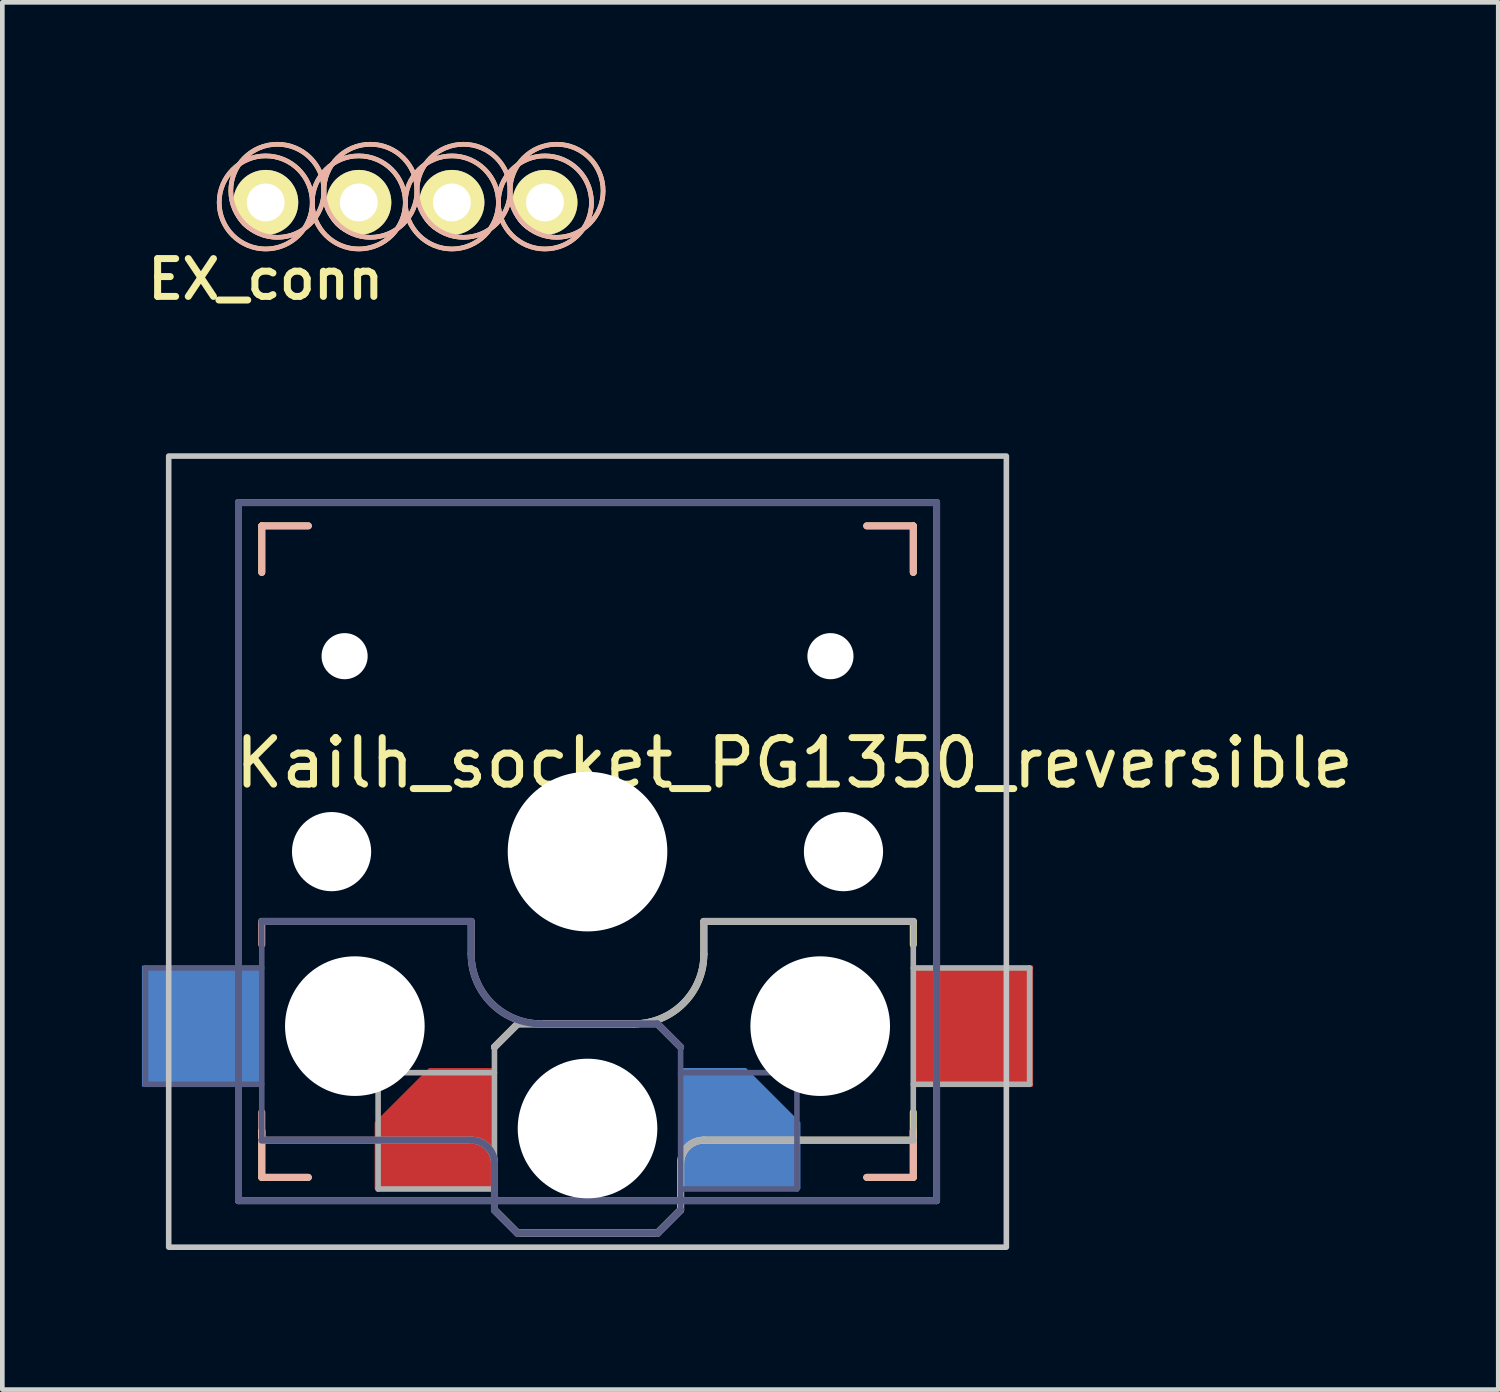
<source format=kicad_pcb>
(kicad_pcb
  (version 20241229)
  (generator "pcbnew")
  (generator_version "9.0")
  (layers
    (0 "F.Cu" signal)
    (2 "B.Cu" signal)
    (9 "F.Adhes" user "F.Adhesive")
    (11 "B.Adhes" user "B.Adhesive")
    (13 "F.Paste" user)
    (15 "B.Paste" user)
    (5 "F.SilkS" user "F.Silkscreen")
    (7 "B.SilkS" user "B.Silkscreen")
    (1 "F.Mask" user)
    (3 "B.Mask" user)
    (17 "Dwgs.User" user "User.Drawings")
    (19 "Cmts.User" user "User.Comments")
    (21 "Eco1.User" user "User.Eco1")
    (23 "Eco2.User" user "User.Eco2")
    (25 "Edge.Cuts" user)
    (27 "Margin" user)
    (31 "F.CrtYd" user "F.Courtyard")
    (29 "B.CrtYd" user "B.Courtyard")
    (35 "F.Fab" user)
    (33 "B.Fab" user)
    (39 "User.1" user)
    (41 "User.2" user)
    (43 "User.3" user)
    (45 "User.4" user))
  (footprint "EX_conn"
    (layer "F.Cu")
    (at 2.66 1.3)
    (property "Reference" "EX_conn" (at 0 1.651 0) (layer "F.SilkS") (effects (font (size 0.813 0.813) (thickness 0.15))))
    (attr through_hole)
    (fp_circle (center 0 0) (end 1 0) (stroke (width 0.1) (type solid)) (fill no) (layer "F.SilkS"))
    (fp_circle (center 0.25 -0.25) (end 1.25 -0.25) (stroke (width 0.1) (type solid)) (fill no) (layer "F.SilkS"))
    (fp_circle (center 2 0) (end 3 0) (stroke (width 0.1) (type solid)) (fill no) (layer "F.SilkS"))
    (fp_circle (center 2.25 -0.25) (end 3.25 -0.25) (stroke (width 0.1) (type solid)) (fill no) (layer "F.SilkS"))
    (fp_circle (center 4 0) (end 5 0) (stroke (width 0.1) (type solid)) (fill no) (layer "F.SilkS"))
    (fp_circle (center 4.25 -0.25) (end 5.25 -0.25) (stroke (width 0.1) (type solid)) (fill no) (layer "F.SilkS"))
    (fp_circle (center 6 0) (end 7 0) (stroke (width 0.1) (type solid)) (fill no) (layer "F.SilkS"))
    (fp_circle (center 6.25 -0.25) (end 7.25 -0.25) (stroke (width 0.1) (type solid)) (fill no) (layer "F.SilkS"))
    (fp_circle (center 0 0) (end 1 0) (stroke (width 0.1) (type solid)) (fill no) (layer "B.SilkS"))
    (fp_circle (center 0.25 -0.25) (end 1.25 -0.25) (stroke (width 0.1) (type solid)) (fill no) (layer "B.SilkS"))
    (fp_circle (center 2 0) (end 3 0) (stroke (width 0.1) (type solid)) (fill no) (layer "B.SilkS"))
    (fp_circle (center 2.25 -0.25) (end 3.25 -0.25) (stroke (width 0.1) (type solid)) (fill no) (layer "B.SilkS"))
    (fp_circle (center 4 0) (end 5 0) (stroke (width 0.1) (type solid)) (fill no) (layer "B.SilkS"))
    (fp_circle (center 4.25 -0.25) (end 5.25 -0.25) (stroke (width 0.1) (type solid)) (fill no) (layer "B.SilkS"))
    (fp_circle (center 6 0) (end 7 0) (stroke (width 0.1) (type solid)) (fill no) (layer "B.SilkS"))
    (fp_circle (center 6.25 -0.25) (end 7.25 -0.25) (stroke (width 0.1) (type solid)) (fill no) (layer "B.SilkS"))
    (pad "1" thru_hole circle (at 0 0) (size 1.397 1.397) (drill 0.813) (layers "*.Cu" "*.Mask" "F.SilkS"))
    (pad "2" thru_hole circle (at 2 0) (size 1.397 1.397) (drill 0.813) (layers "*.Cu" "*.Mask" "F.SilkS"))
    (pad "3" thru_hole circle (at 4 0) (size 1.397 1.397) (drill 0.813) (layers "*.Cu" "*.Mask" "F.SilkS"))
    (pad "4" thru_hole circle (at 6 0) (size 1.397 1.397) (drill 0.813) (layers "*.Cu" "*.Mask" "F.SilkS")))
  (footprint "Kailh_socket_PG1350_reversible"
    (layer "F.Cu")
    (at 9.575 15.25)
    (property "Reference" "Kailh_socket_PG1350_reversible" (at 4.445 -1.905 0) (layer "F.SilkS") (effects (font (size 1 1) (thickness 0.15))))
    (attr smd)
    (fp_line (start -7 -7) (end -6 -7) (stroke (width 0.15) (type solid)) (layer "F.SilkS"))
    (fp_line (start -7 -6) (end -7 -7) (stroke (width 0.15) (type solid)) (layer "F.SilkS"))
    (fp_line (start -7 7) (end -7 6) (stroke (width 0.15) (type solid)) (layer "F.SilkS"))
    (fp_line (start -6 7) (end -7 7) (stroke (width 0.15) (type solid)) (layer "F.SilkS"))
    (fp_line (start -2 4.2) (end -1.5 3.7) (stroke (width 0.15) (type solid)) (layer "F.SilkS"))
    (fp_line (start -2 7.7) (end -1.5 8.2) (stroke (width 0.15) (type solid)) (layer "F.SilkS"))
    (fp_line (start -1.5 3.7) (end 1 3.7) (stroke (width 0.15) (type solid)) (layer "F.SilkS"))
    (fp_line (start -1.5 8.2) (end 1.5 8.2) (stroke (width 0.15) (type solid)) (layer "F.SilkS"))
    (fp_line (start 1.5 8.2) (end 2 7.7) (stroke (width 0.15) (type solid)) (layer "F.SilkS"))
    (fp_line (start 2 6.7) (end 2 7.7) (stroke (width 0.15) (type solid)) (layer "F.SilkS"))
    (fp_line (start 2.5 1.5) (end 7 1.5) (stroke (width 0.15) (type solid)) (layer "F.SilkS"))
    (fp_line (start 2.5 2.2) (end 2.5 1.5) (stroke (width 0.15) (type solid)) (layer "F.SilkS"))
    (fp_line (start 6 -7) (end 7 -7) (stroke (width 0.15) (type solid)) (layer "F.SilkS"))
    (fp_line (start 7 -7) (end 7 -6) (stroke (width 0.15) (type solid)) (layer "F.SilkS"))
    (fp_line (start 7 1.5) (end 7 2) (stroke (width 0.15) (type solid)) (layer "F.SilkS"))
    (fp_line (start 7 5.6) (end 7 6.2) (stroke (width 0.15) (type solid)) (layer "F.SilkS"))
    (fp_line (start 7 6) (end 7 7) (stroke (width 0.15) (type solid)) (layer "F.SilkS"))
    (fp_line (start 7 6.2) (end 2.5 6.2) (stroke (width 0.15) (type solid)) (layer "F.SilkS"))
    (fp_line (start 7 7) (end 6 7) (stroke (width 0.15) (type solid)) (layer "F.SilkS"))
    (fp_arc (start 2 6.7) (mid 2.146447 6.346447) (end 2.5 6.2) (stroke (width 0.15) (type solid)) (layer "F.SilkS"))
    (fp_arc (start 2.5 2.2) (mid 2.06066 3.26066) (end 1 3.7) (stroke (width 0.15) (type solid)) (layer "F.SilkS"))
    (fp_line (start -7 -7) (end -6 -7) (stroke (width 0.15) (type solid)) (layer "B.SilkS"))
    (fp_line (start -7 -6) (end -7 -7) (stroke (width 0.15) (type solid)) (layer "B.SilkS"))
    (fp_line (start -7 1.5) (end -7 2) (stroke (width 0.15) (type solid)) (layer "B.SilkS"))
    (fp_line (start -7 5.6) (end -7 6.2) (stroke (width 0.15) (type solid)) (layer "B.SilkS"))
    (fp_line (start -7 6.2) (end -2.5 6.2) (stroke (width 0.15) (type solid)) (layer "B.SilkS"))
    (fp_line (start -7 7) (end -7 6) (stroke (width 0.15) (type solid)) (layer "B.SilkS"))
    (fp_line (start -6 7) (end -7 7) (stroke (width 0.15) (type solid)) (layer "B.SilkS"))
    (fp_line (start -2.5 1.5) (end -7 1.5) (stroke (width 0.15) (type solid)) (layer "B.SilkS"))
    (fp_line (start -2.5 2.2) (end -2.5 1.5) (stroke (width 0.15) (type solid)) (layer "B.SilkS"))
    (fp_line (start -2 6.7) (end -2 7.7) (stroke (width 0.15) (type solid)) (layer "B.SilkS"))
    (fp_line (start -1.5 8.2) (end -2 7.7) (stroke (width 0.15) (type solid)) (layer "B.SilkS"))
    (fp_line (start 1.5 3.7) (end -1 3.7) (stroke (width 0.15) (type solid)) (layer "B.SilkS"))
    (fp_line (start 1.5 8.2) (end -1.5 8.2) (stroke (width 0.15) (type solid)) (layer "B.SilkS"))
    (fp_line (start 2 4.2) (end 1.5 3.7) (stroke (width 0.15) (type solid)) (layer "B.SilkS"))
    (fp_line (start 2 7.7) (end 1.5 8.2) (stroke (width 0.15) (type solid)) (layer "B.SilkS"))
    (fp_line (start 6 -7) (end 7 -7) (stroke (width 0.15) (type solid)) (layer "B.SilkS"))
    (fp_line (start 7 -7) (end 7 -6) (stroke (width 0.15) (type solid)) (layer "B.SilkS"))
    (fp_line (start 7 6) (end 7 7) (stroke (width 0.15) (type solid)) (layer "B.SilkS"))
    (fp_line (start 7 7) (end 6 7) (stroke (width 0.15) (type solid)) (layer "B.SilkS"))
    (fp_arc (start -2.5 6.2) (mid -2.146447 6.346447) (end -2 6.7) (stroke (width 0.15) (type solid)) (layer "B.SilkS"))
    (fp_arc (start -1 3.7) (mid -2.06066 3.26066) (end -2.5 2.2) (stroke (width 0.15) (type solid)) (layer "B.SilkS"))
    (fp_rect (start -9 -8.5) (end 9 8.5) (stroke (width 0.12) (type solid)) (fill no) (layer "Dwgs.User"))
    (fp_line (start -6.9 6.9) (end -6.9 -6.9) (stroke (width 0.15) (type solid)) (layer "Eco2.User"))
    (fp_line (start -6.9 6.9) (end 6.9 6.9) (stroke (width 0.15) (type solid)) (layer "Eco2.User"))
    (fp_line (start -2.6 -3.1) (end -2.6 -6.3) (stroke (width 0.15) (type solid)) (layer "Eco2.User"))
    (fp_line (start -2.6 -3.1) (end 2.6 -3.1) (stroke (width 0.15) (type solid)) (layer "Eco2.User"))
    (fp_line (start 2.6 -6.3) (end -2.6 -6.3) (stroke (width 0.15) (type solid)) (layer "Eco2.User"))
    (fp_line (start 2.6 -3.1) (end 2.6 -6.3) (stroke (width 0.15) (type solid)) (layer "Eco2.User"))
    (fp_line (start 6.9 -6.9) (end -6.9 -6.9) (stroke (width 0.15) (type solid)) (layer "Eco2.User"))
    (fp_line (start 6.9 -6.9) (end 6.9 6.9) (stroke (width 0.15) (type solid)) (layer "Eco2.User"))
    (fp_line (start -9.5 2.5) (end -7 2.5) (stroke (width 0.12) (type solid)) (layer "B.Fab"))
    (fp_line (start -9.5 5) (end -9.5 2.5) (stroke (width 0.12) (type solid)) (layer "B.Fab"))
    (fp_line (start -7.5 -7.5) (end 7.5 -7.5) (stroke (width 0.15) (type solid)) (layer "B.Fab"))
    (fp_line (start -7.5 7.5) (end -7.5 -7.5) (stroke (width 0.15) (type solid)) (layer "B.Fab"))
    (fp_line (start -7 1.5) (end -7 6.2) (stroke (width 0.12) (type solid)) (layer "B.Fab"))
    (fp_line (start -7 5) (end -9.5 5) (stroke (width 0.12) (type solid)) (layer "B.Fab"))
    (fp_line (start -7 6.2) (end -2.5 6.2) (stroke (width 0.15) (type solid)) (layer "B.Fab"))
    (fp_line (start -2.5 1.5) (end -7 1.5) (stroke (width 0.15) (type solid)) (layer "B.Fab"))
    (fp_line (start -2.5 2.2) (end -2.5 1.5) (stroke (width 0.15) (type solid)) (layer "B.Fab"))
    (fp_line (start -2 6.7) (end -2 7.7) (stroke (width 0.15) (type solid)) (layer "B.Fab"))
    (fp_line (start -1.5 8.2) (end -2 7.7) (stroke (width 0.15) (type solid)) (layer "B.Fab"))
    (fp_line (start 1.5 3.7) (end -1 3.7) (stroke (width 0.15) (type solid)) (layer "B.Fab"))
    (fp_line (start 1.5 8.2) (end -1.5 8.2) (stroke (width 0.15) (type solid)) (layer "B.Fab"))
    (fp_line (start 2 4.2) (end 1.5 3.7) (stroke (width 0.15) (type solid)) (layer "B.Fab"))
    (fp_line (start 2 4.25) (end 2 7.7) (stroke (width 0.12) (type solid)) (layer "B.Fab"))
    (fp_line (start 2 4.75) (end 4.5 4.75) (stroke (width 0.12) (type solid)) (layer "B.Fab"))
    (fp_line (start 2 7.7) (end 1.5 8.2) (stroke (width 0.15) (type solid)) (layer "B.Fab"))
    (fp_line (start 4.5 4.75) (end 4.5 7.25) (stroke (width 0.12) (type solid)) (layer "B.Fab"))
    (fp_line (start 4.5 7.25) (end 2 7.25) (stroke (width 0.12) (type solid)) (layer "B.Fab"))
    (fp_line (start 7.5 -7.5) (end 7.5 7.5) (stroke (width 0.15) (type solid)) (layer "B.Fab"))
    (fp_line (start 7.5 7.5) (end -7.5 7.5) (stroke (width 0.15) (type solid)) (layer "B.Fab"))
    (fp_arc (start -2.5 6.2) (mid -2.146447 6.346447) (end -2 6.7) (stroke (width 0.15) (type solid)) (layer "B.Fab"))
    (fp_arc (start -1 3.7) (mid -2.06066 3.26066) (end -2.5 2.2) (stroke (width 0.15) (type solid)) (layer "B.Fab"))
    (fp_line (start -7.5 -7.5) (end 7.5 -7.5) (stroke (width 0.15) (type solid)) (layer "F.Fab"))
    (fp_line (start -7.5 7.5) (end -7.5 -7.5) (stroke (width 0.15) (type solid)) (layer "F.Fab"))
    (fp_line (start -4.5 4.75) (end -4.5 7.25) (stroke (width 0.12) (type solid)) (layer "F.Fab"))
    (fp_line (start -4.5 7.25) (end -2 7.25) (stroke (width 0.12) (type solid)) (layer "F.Fab"))
    (fp_line (start -2 4.2) (end -1.5 3.7) (stroke (width 0.15) (type solid)) (layer "F.Fab"))
    (fp_line (start -2 4.25) (end -2 7.7) (stroke (width 0.12) (type solid)) (layer "F.Fab"))
    (fp_line (start -2 4.75) (end -4.5 4.75) (stroke (width 0.12) (type solid)) (layer "F.Fab"))
    (fp_line (start -2 7.7) (end -1.5 8.2) (stroke (width 0.15) (type solid)) (layer "F.Fab"))
    (fp_line (start -1.5 3.7) (end 1 3.7) (stroke (width 0.15) (type solid)) (layer "F.Fab"))
    (fp_line (start -1.5 8.2) (end 1.5 8.2) (stroke (width 0.15) (type solid)) (layer "F.Fab"))
    (fp_line (start 1.5 8.2) (end 2 7.7) (stroke (width 0.15) (type solid)) (layer "F.Fab"))
    (fp_line (start 2 6.7) (end 2 7.7) (stroke (width 0.15) (type solid)) (layer "F.Fab"))
    (fp_line (start 2.5 1.5) (end 7 1.5) (stroke (width 0.15) (type solid)) (layer "F.Fab"))
    (fp_line (start 2.5 2.2) (end 2.5 1.5) (stroke (width 0.15) (type solid)) (layer "F.Fab"))
    (fp_line (start 7 1.5) (end 7 6.2) (stroke (width 0.12) (type solid)) (layer "F.Fab"))
    (fp_line (start 7 5) (end 9.5 5) (stroke (width 0.12) (type solid)) (layer "F.Fab"))
    (fp_line (start 7 6.2) (end 2.5 6.2) (stroke (width 0.15) (type solid)) (layer "F.Fab"))
    (fp_line (start 7.5 -7.5) (end 7.5 7.5) (stroke (width 0.15) (type solid)) (layer "F.Fab"))
    (fp_line (start 7.5 7.5) (end -7.5 7.5) (stroke (width 0.15) (type solid)) (layer "F.Fab"))
    (fp_line (start 9.5 2.5) (end 7 2.5) (stroke (width 0.12) (type solid)) (layer "F.Fab"))
    (fp_line (start 9.5 5) (end 9.5 2.5) (stroke (width 0.12) (type solid)) (layer "F.Fab"))
    (fp_arc (start 2 6.7) (mid 2.146447 6.346447) (end 2.5 6.2) (stroke (width 0.15) (type solid)) (layer "F.Fab"))
    (fp_arc (start 2.5 2.2) (mid 2.06066 3.26066) (end 1 3.7) (stroke (width 0.15) (type solid)) (layer "F.Fab"))
    (pad "" np_thru_hole circle (at -5.5 0) (size 1.702 1.702) (drill 1.702) (layers "*.Cu" "*.Mask"))
    (pad "" np_thru_hole circle (at -5.22 -4.2) (size 0.991 0.991) (drill 0.991) (layers "*.Cu" "*.Mask"))
    (pad "" np_thru_hole circle (at -5 3.75) (size 3 3) (drill 3) (layers "*.Cu" "*.Mask"))
    (pad "" np_thru_hole circle (at 0 0) (size 3.429 3.429) (drill 3.429) (layers "*.Cu" "*.Mask"))
    (pad "" np_thru_hole circle (at 0 5.95) (size 3 3) (drill 3) (layers "*.Cu" "*.Mask"))
    (pad "" np_thru_hole circle (at 5 3.75) (size 3 3) (drill 3) (layers "*.Cu" "*.Mask"))
    (pad "" np_thru_hole circle (at 5.22 -4.2) (size 0.991 0.991) (drill 0.991) (layers "*.Cu" "*.Mask"))
    (pad "" np_thru_hole circle (at 5.5 0) (size 1.702 1.702) (drill 1.702) (layers "*.Cu" "*.Mask"))
    (pad "1" smd rect (at -8.275 3.75) (size 2.6 2.6) (layers "B.Cu" "B.Mask" "B.Paste"))
    (pad "1" smd roundrect (at -3.275 5.95) (size 2.6 2.6) (layers "F.Cu" "F.Mask" "F.Paste") (roundrect_rratio 0) (chamfer_ratio 0.45) (chamfer top_left))
    (pad "2" smd roundrect (at 3.275 5.95) (size 2.6 2.6) (layers "B.Cu" "B.Mask" "B.Paste") (roundrect_rratio 0) (chamfer_ratio 0.45) (chamfer top_right))
    (pad "2" smd rect (at 8.275 3.75) (size 2.6 2.6) (layers "F.Cu" "F.Mask" "F.Paste")))
  (gr_rect
    (start -3 -3)
    (end 29.145 26.81)
    (stroke (width 0.1) (type default))
    (fill no)
    (layer "Edge.Cuts")))
</source>
